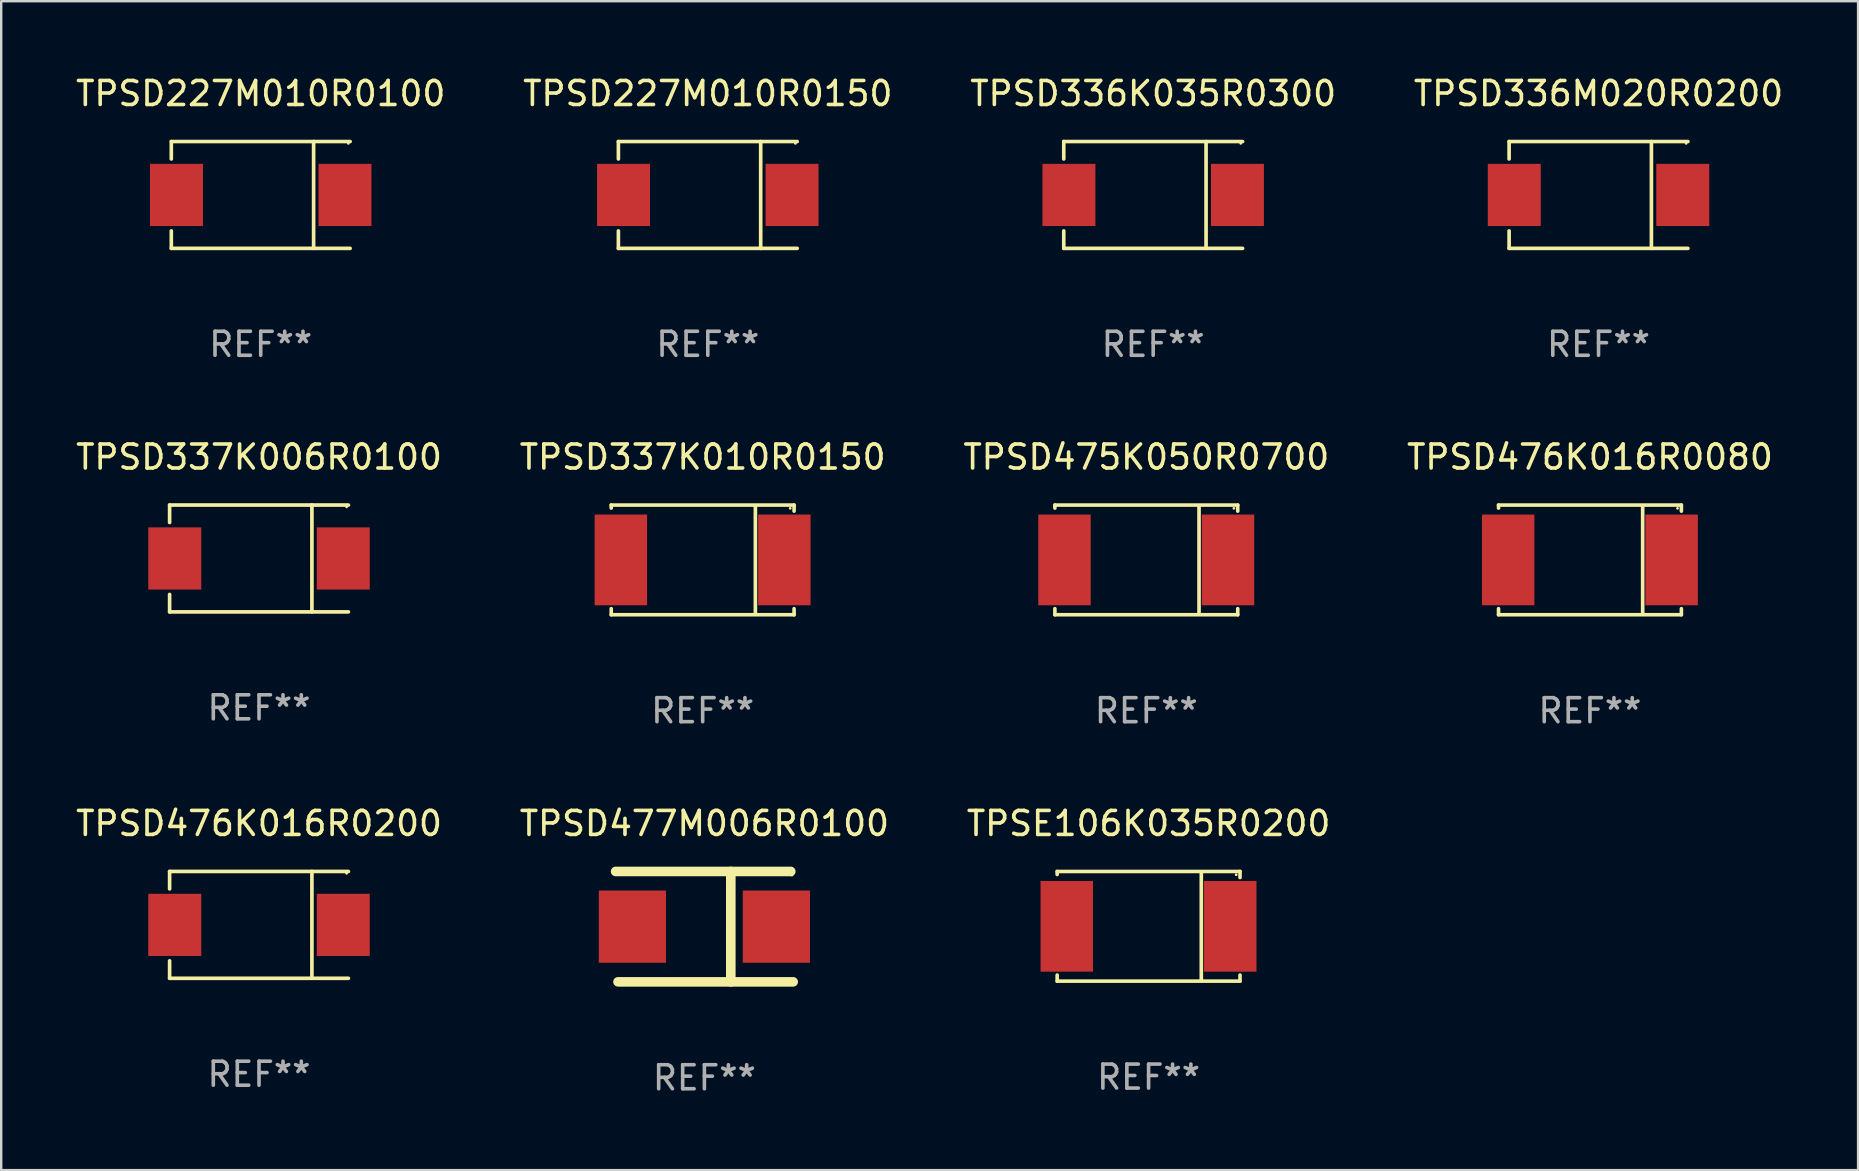
<source format=kicad_pcb>
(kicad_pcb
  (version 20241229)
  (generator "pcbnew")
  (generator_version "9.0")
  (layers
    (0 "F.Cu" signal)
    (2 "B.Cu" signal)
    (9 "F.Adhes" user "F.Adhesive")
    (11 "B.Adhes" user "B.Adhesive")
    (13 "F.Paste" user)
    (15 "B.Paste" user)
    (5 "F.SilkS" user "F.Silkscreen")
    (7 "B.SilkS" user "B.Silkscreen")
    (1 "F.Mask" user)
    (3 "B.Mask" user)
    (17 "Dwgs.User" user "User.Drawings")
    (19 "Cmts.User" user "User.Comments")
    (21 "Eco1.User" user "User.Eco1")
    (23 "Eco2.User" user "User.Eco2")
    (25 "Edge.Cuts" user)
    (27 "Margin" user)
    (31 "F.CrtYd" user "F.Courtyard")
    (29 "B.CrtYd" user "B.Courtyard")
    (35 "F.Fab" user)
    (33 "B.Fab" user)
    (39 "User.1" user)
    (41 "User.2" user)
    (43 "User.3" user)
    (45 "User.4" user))
  (footprint "TPSD336M020R0200"
    (layer "F.Cu")
    (at 63.565 5.074)
    (property "Reference" "TPSD336M020R0200" (at 0 -4.226 0) (layer "F.SilkS") (effects (font (size 1 1) (thickness 0.15))))
    (attr through_hole)
    (fp_line (start -3.726 -2.226) (end -3.726 -1.499) (stroke (width 0.152) (type solid)) (layer "F.SilkS"))
    (fp_line (start -3.726 -2.226) (end 3.726 -2.226) (stroke (width 0.152) (type solid)) (layer "F.SilkS"))
    (fp_line (start -3.726 2.226) (end -3.726 1.499) (stroke (width 0.152) (type solid)) (layer "F.SilkS"))
    (fp_line (start -3.726 2.226) (end 3.726 2.226) (stroke (width 0.152) (type solid)) (layer "F.SilkS"))
    (fp_line (start 2.204 -2.226) (end 2.204 2.226) (stroke (width 0.152) (type solid)) (layer "F.SilkS"))
    (fp_circle (center 3.65 -2.15) (end 3.68 -2.15) (stroke (width 0.06) (type solid)) (fill no) (layer "F.SilkS"))
    (fp_text user "REF**" (at 0 6.226 0) (layer "F.Fab") (effects (font (size 1 1) (thickness 0.15))))
    (pad "1" smd rect (at 3.511 0) (size 2.207 2.592) (layers "F.Cu" "F.Mask" "F.Paste"))
    (pad "2" smd rect (at -3.511 0) (size 2.207 2.592) (layers "F.Cu" "F.Mask" "F.Paste")))
  (footprint "TPSD337K006R0100"
    (layer "F.Cu")
    (at 7.744 20.223)
    (property "Reference" "TPSD337K006R0100" (at 0 -4.226 0) (layer "F.SilkS") (effects (font (size 1 1) (thickness 0.15))))
    (attr through_hole)
    (fp_line (start -3.726 -2.226) (end -3.726 -1.499) (stroke (width 0.152) (type solid)) (layer "F.SilkS"))
    (fp_line (start -3.726 -2.226) (end 3.726 -2.226) (stroke (width 0.152) (type solid)) (layer "F.SilkS"))
    (fp_line (start -3.726 2.226) (end -3.726 1.499) (stroke (width 0.152) (type solid)) (layer "F.SilkS"))
    (fp_line (start -3.726 2.226) (end 3.726 2.226) (stroke (width 0.152) (type solid)) (layer "F.SilkS"))
    (fp_line (start 2.204 -2.226) (end 2.204 2.226) (stroke (width 0.152) (type solid)) (layer "F.SilkS"))
    (fp_circle (center 3.65 -2.15) (end 3.68 -2.15) (stroke (width 0.06) (type solid)) (fill no) (layer "F.SilkS"))
    (fp_text user "REF**" (at 0 6.226 0) (layer "F.Fab") (effects (font (size 1 1) (thickness 0.15))))
    (pad "1" smd rect (at 3.511 0) (size 2.207 2.592) (layers "F.Cu" "F.Mask" "F.Paste"))
    (pad "2" smd rect (at -3.511 0) (size 2.207 2.592) (layers "F.Cu" "F.Mask" "F.Paste")))
  (footprint "TPSD476K016R0200"
    (layer "F.Cu")
    (at 7.744 35.492)
    (property "Reference" "TPSD476K016R0200" (at 0 -4.226 0) (layer "F.SilkS") (effects (font (size 1 1) (thickness 0.15))))
    (attr through_hole)
    (fp_line (start -3.726 -2.226) (end -3.726 -1.499) (stroke (width 0.152) (type solid)) (layer "F.SilkS"))
    (fp_line (start -3.726 -2.226) (end 3.726 -2.226) (stroke (width 0.152) (type solid)) (layer "F.SilkS"))
    (fp_line (start -3.726 2.226) (end -3.726 1.499) (stroke (width 0.152) (type solid)) (layer "F.SilkS"))
    (fp_line (start -3.726 2.226) (end 3.726 2.226) (stroke (width 0.152) (type solid)) (layer "F.SilkS"))
    (fp_line (start 2.204 -2.226) (end 2.204 2.226) (stroke (width 0.152) (type solid)) (layer "F.SilkS"))
    (fp_circle (center 3.65 -2.15) (end 3.68 -2.15) (stroke (width 0.06) (type solid)) (fill no) (layer "F.SilkS"))
    (fp_text user "REF**" (at 0 6.226 0) (layer "F.Fab") (effects (font (size 1 1) (thickness 0.15))))
    (pad "1" smd rect (at 3.511 0) (size 2.207 2.592) (layers "F.Cu" "F.Mask" "F.Paste"))
    (pad "2" smd rect (at -3.511 0) (size 2.207 2.592) (layers "F.Cu" "F.Mask" "F.Paste")))
  (footprint "TPSD476K016R0080"
    (layer "F.Cu")
    (at 63.208 20.283)
    (property "Reference" "TPSD476K016R0080" (at 0 -4.286 0) (layer "F.SilkS") (effects (font (size 1 1) (thickness 0.15))))
    (attr through_hole)
    (fp_line (start -3.81 -2.286) (end -3.81 -2.159) (stroke (width 0.15) (type solid)) (layer "F.SilkS"))
    (fp_line (start -3.81 2.032) (end -3.81 2.286) (stroke (width 0.15) (type solid)) (layer "F.SilkS"))
    (fp_line (start -3.81 2.286) (end 3.81 2.286) (stroke (width 0.15) (type solid)) (layer "F.SilkS"))
    (fp_line (start 2.197 -2.226) (end 2.197 2.226) (stroke (width 0.152) (type solid)) (layer "F.SilkS"))
    (fp_line (start 3.81 -2.286) (end -3.81 -2.286) (stroke (width 0.15) (type solid)) (layer "F.SilkS"))
    (fp_line (start 3.81 -2.032) (end 3.81 -2.286) (stroke (width 0.15) (type solid)) (layer "F.SilkS"))
    (fp_line (start 3.81 2.286) (end 3.81 2.032) (stroke (width 0.15) (type solid)) (layer "F.SilkS"))
    (fp_circle (center 3.65 -2.15) (end 3.68 -2.15) (stroke (width 0.06) (type solid)) (fill no) (layer "F.SilkS"))
    (fp_text user "REF**" (at 0 6.286 0) (layer "F.Fab") (effects (font (size 1 1) (thickness 0.15))))
    (pad "1" smd rect (at 3.404 0 180) (size 2.185 3.78) (layers "F.Cu" "F.Mask" "F.Paste"))
    (pad "2" smd rect (at -3.409 0 180) (size 2.185 3.78) (layers "F.Cu" "F.Mask" "F.Paste")))
  (footprint "TPSD337K010R0150"
    (layer "F.Cu")
    (at 26.232 20.283)
    (property "Reference" "TPSD337K010R0150" (at 0 -4.286 0) (layer "F.SilkS") (effects (font (size 1 1) (thickness 0.15))))
    (attr through_hole)
    (fp_line (start -3.81 -2.286) (end -3.81 -2.159) (stroke (width 0.15) (type solid)) (layer "F.SilkS"))
    (fp_line (start -3.81 2.032) (end -3.81 2.286) (stroke (width 0.15) (type solid)) (layer "F.SilkS"))
    (fp_line (start -3.81 2.286) (end 3.81 2.286) (stroke (width 0.15) (type solid)) (layer "F.SilkS"))
    (fp_line (start 2.197 -2.226) (end 2.197 2.226) (stroke (width 0.152) (type solid)) (layer "F.SilkS"))
    (fp_line (start 3.81 -2.286) (end -3.81 -2.286) (stroke (width 0.15) (type solid)) (layer "F.SilkS"))
    (fp_line (start 3.81 -2.032) (end 3.81 -2.286) (stroke (width 0.15) (type solid)) (layer "F.SilkS"))
    (fp_line (start 3.81 2.286) (end 3.81 2.032) (stroke (width 0.15) (type solid)) (layer "F.SilkS"))
    (fp_circle (center 3.65 -2.15) (end 3.68 -2.15) (stroke (width 0.06) (type solid)) (fill no) (layer "F.SilkS"))
    (fp_text user "REF**" (at 0 6.286 0) (layer "F.Fab") (effects (font (size 1 1) (thickness 0.15))))
    (pad "1" smd rect (at 3.404 0 180) (size 2.185 3.78) (layers "F.Cu" "F.Mask" "F.Paste"))
    (pad "2" smd rect (at -3.409 0 180) (size 2.185 3.78) (layers "F.Cu" "F.Mask" "F.Paste")))
  (footprint "TPSD227M010R0100"
    (layer "F.Cu")
    (at 7.815 5.074)
    (property "Reference" "TPSD227M010R0100" (at 0 -4.226 0) (layer "F.SilkS") (effects (font (size 1 1) (thickness 0.15))))
    (attr through_hole)
    (fp_line (start -3.726 -2.226) (end -3.726 -1.499) (stroke (width 0.152) (type solid)) (layer "F.SilkS"))
    (fp_line (start -3.726 -2.226) (end 3.726 -2.226) (stroke (width 0.152) (type solid)) (layer "F.SilkS"))
    (fp_line (start -3.726 2.226) (end -3.726 1.499) (stroke (width 0.152) (type solid)) (layer "F.SilkS"))
    (fp_line (start -3.726 2.226) (end 3.726 2.226) (stroke (width 0.152) (type solid)) (layer "F.SilkS"))
    (fp_line (start 2.204 -2.226) (end 2.204 2.226) (stroke (width 0.152) (type solid)) (layer "F.SilkS"))
    (fp_circle (center 3.65 -2.15) (end 3.68 -2.15) (stroke (width 0.06) (type solid)) (fill no) (layer "F.SilkS"))
    (fp_text user "REF**" (at 0 6.226 0) (layer "F.Fab") (effects (font (size 1 1) (thickness 0.15))))
    (pad "1" smd rect (at 3.511 0) (size 2.207 2.592) (layers "F.Cu" "F.Mask" "F.Paste"))
    (pad "2" smd rect (at -3.511 0) (size 2.207 2.592) (layers "F.Cu" "F.Mask" "F.Paste")))
  (footprint "TPSD475K050R0700"
    (layer "F.Cu")
    (at 44.72 20.283)
    (property "Reference" "TPSD475K050R0700" (at 0 -4.286 0) (layer "F.SilkS") (effects (font (size 1 1) (thickness 0.15))))
    (attr through_hole)
    (fp_line (start -3.81 -2.286) (end -3.81 -2.159) (stroke (width 0.15) (type solid)) (layer "F.SilkS"))
    (fp_line (start -3.81 2.032) (end -3.81 2.286) (stroke (width 0.15) (type solid)) (layer "F.SilkS"))
    (fp_line (start -3.81 2.286) (end 3.81 2.286) (stroke (width 0.15) (type solid)) (layer "F.SilkS"))
    (fp_line (start 2.197 -2.226) (end 2.197 2.226) (stroke (width 0.152) (type solid)) (layer "F.SilkS"))
    (fp_line (start 3.81 -2.286) (end -3.81 -2.286) (stroke (width 0.15) (type solid)) (layer "F.SilkS"))
    (fp_line (start 3.81 -2.032) (end 3.81 -2.286) (stroke (width 0.15) (type solid)) (layer "F.SilkS"))
    (fp_line (start 3.81 2.286) (end 3.81 2.032) (stroke (width 0.15) (type solid)) (layer "F.SilkS"))
    (fp_circle (center 3.65 -2.15) (end 3.68 -2.15) (stroke (width 0.06) (type solid)) (fill no) (layer "F.SilkS"))
    (fp_text user "REF**" (at 0 6.286 0) (layer "F.Fab") (effects (font (size 1 1) (thickness 0.15))))
    (pad "1" smd rect (at 3.404 0 180) (size 2.185 3.78) (layers "F.Cu" "F.Mask" "F.Paste"))
    (pad "2" smd rect (at -3.409 0 180) (size 2.185 3.78) (layers "F.Cu" "F.Mask" "F.Paste")))
  (footprint "TPSD477M006R0100"
    (layer "F.Cu")
    (at 26.304 35.566)
    (property "Reference" "TPSD477M006R0100" (at 0 -4.3 0) (layer "F.SilkS") (effects (font (size 1 1) (thickness 0.15))))
    (attr through_hole)
    (fp_line (start -3.7 -2.3) (end 3.6 -2.3) (stroke (width 0.4) (type solid)) (layer "F.SilkS"))
    (fp_line (start 1.1 2.3) (end 1.101 -2.3) (stroke (width 0.4) (type solid)) (layer "F.SilkS"))
    (fp_line (start 3.7 2.3) (end -3.6 2.3) (stroke (width 0.4) (type solid)) (layer "F.SilkS"))
    (fp_circle (center 3.65 -2.15) (end 3.68 -2.15) (stroke (width 0.06) (type solid)) (fill no) (layer "F.SilkS"))
    (fp_text user "REF**" (at 0 6.3 0) (layer "F.Fab") (effects (font (size 1 1) (thickness 0.15))))
    (pad "1" smd rect (at 3 0 180) (size 2.799 3.01) (layers "F.Cu" "F.Mask" "F.Paste"))
    (pad "2" smd rect (at -3 0 180) (size 2.799 3.01) (layers "F.Cu" "F.Mask" "F.Paste")))
  (footprint "TPSD336K035R0300"
    (layer "F.Cu")
    (at 45.006 5.074)
    (property "Reference" "TPSD336K035R0300" (at 0 -4.226 0) (layer "F.SilkS") (effects (font (size 1 1) (thickness 0.15))))
    (attr through_hole)
    (fp_line (start -3.726 -2.226) (end -3.726 -1.499) (stroke (width 0.152) (type solid)) (layer "F.SilkS"))
    (fp_line (start -3.726 -2.226) (end 3.726 -2.226) (stroke (width 0.152) (type solid)) (layer "F.SilkS"))
    (fp_line (start -3.726 2.226) (end -3.726 1.499) (stroke (width 0.152) (type solid)) (layer "F.SilkS"))
    (fp_line (start -3.726 2.226) (end 3.726 2.226) (stroke (width 0.152) (type solid)) (layer "F.SilkS"))
    (fp_line (start 2.204 -2.226) (end 2.204 2.226) (stroke (width 0.152) (type solid)) (layer "F.SilkS"))
    (fp_circle (center 3.65 -2.15) (end 3.68 -2.15) (stroke (width 0.06) (type solid)) (fill no) (layer "F.SilkS"))
    (fp_text user "REF**" (at 0 6.226 0) (layer "F.Fab") (effects (font (size 1 1) (thickness 0.15))))
    (pad "1" smd rect (at 3.511 0) (size 2.207 2.592) (layers "F.Cu" "F.Mask" "F.Paste"))
    (pad "2" smd rect (at -3.511 0) (size 2.207 2.592) (layers "F.Cu" "F.Mask" "F.Paste")))
  (footprint "TPSE106K035R0200"
    (layer "F.Cu")
    (at 44.815 35.552)
    (property "Reference" "TPSE106K035R0200" (at 0 -4.286 0) (layer "F.SilkS") (effects (font (size 1 1) (thickness 0.15))))
    (attr through_hole)
    (fp_line (start -3.81 -2.286) (end -3.81 -2.159) (stroke (width 0.15) (type solid)) (layer "F.SilkS"))
    (fp_line (start -3.81 2.032) (end -3.81 2.286) (stroke (width 0.15) (type solid)) (layer "F.SilkS"))
    (fp_line (start -3.81 2.286) (end 3.81 2.286) (stroke (width 0.15) (type solid)) (layer "F.SilkS"))
    (fp_line (start 2.197 -2.226) (end 2.197 2.226) (stroke (width 0.152) (type solid)) (layer "F.SilkS"))
    (fp_line (start 3.81 -2.286) (end -3.81 -2.286) (stroke (width 0.15) (type solid)) (layer "F.SilkS"))
    (fp_line (start 3.81 -2.032) (end 3.81 -2.286) (stroke (width 0.15) (type solid)) (layer "F.SilkS"))
    (fp_line (start 3.81 2.286) (end 3.81 2.032) (stroke (width 0.15) (type solid)) (layer "F.SilkS"))
    (fp_circle (center 3.65 -2.15) (end 3.68 -2.15) (stroke (width 0.06) (type solid)) (fill no) (layer "F.SilkS"))
    (fp_text user "REF**" (at 0 6.286 0) (layer "F.Fab") (effects (font (size 1 1) (thickness 0.15))))
    (pad "1" smd rect (at 3.404 0 180) (size 2.185 3.78) (layers "F.Cu" "F.Mask" "F.Paste"))
    (pad "2" smd rect (at -3.409 0 180) (size 2.185 3.78) (layers "F.Cu" "F.Mask" "F.Paste")))
  (footprint "TPSD227M010R0150"
    (layer "F.Cu")
    (at 26.446 5.074)
    (property "Reference" "TPSD227M010R0150" (at 0 -4.226 0) (layer "F.SilkS") (effects (font (size 1 1) (thickness 0.15))))
    (attr through_hole)
    (fp_line (start -3.726 -2.226) (end -3.726 -1.499) (stroke (width 0.152) (type solid)) (layer "F.SilkS"))
    (fp_line (start -3.726 -2.226) (end 3.726 -2.226) (stroke (width 0.152) (type solid)) (layer "F.SilkS"))
    (fp_line (start -3.726 2.226) (end -3.726 1.499) (stroke (width 0.152) (type solid)) (layer "F.SilkS"))
    (fp_line (start -3.726 2.226) (end 3.726 2.226) (stroke (width 0.152) (type solid)) (layer "F.SilkS"))
    (fp_line (start 2.204 -2.226) (end 2.204 2.226) (stroke (width 0.152) (type solid)) (layer "F.SilkS"))
    (fp_circle (center 3.65 -2.15) (end 3.68 -2.15) (stroke (width 0.06) (type solid)) (fill no) (layer "F.SilkS"))
    (fp_text user "REF**" (at 0 6.226 0) (layer "F.Fab") (effects (font (size 1 1) (thickness 0.15))))
    (pad "1" smd rect (at 3.511 0) (size 2.207 2.592) (layers "F.Cu" "F.Mask" "F.Paste"))
    (pad "2" smd rect (at -3.511 0) (size 2.207 2.592) (layers "F.Cu" "F.Mask" "F.Paste")))
  (gr_rect
    (start -3 -3)
    (end 74.381 45.714)
    (stroke (width 0.1) (type default))
    (fill no)
    (layer "Edge.Cuts")))
</source>
